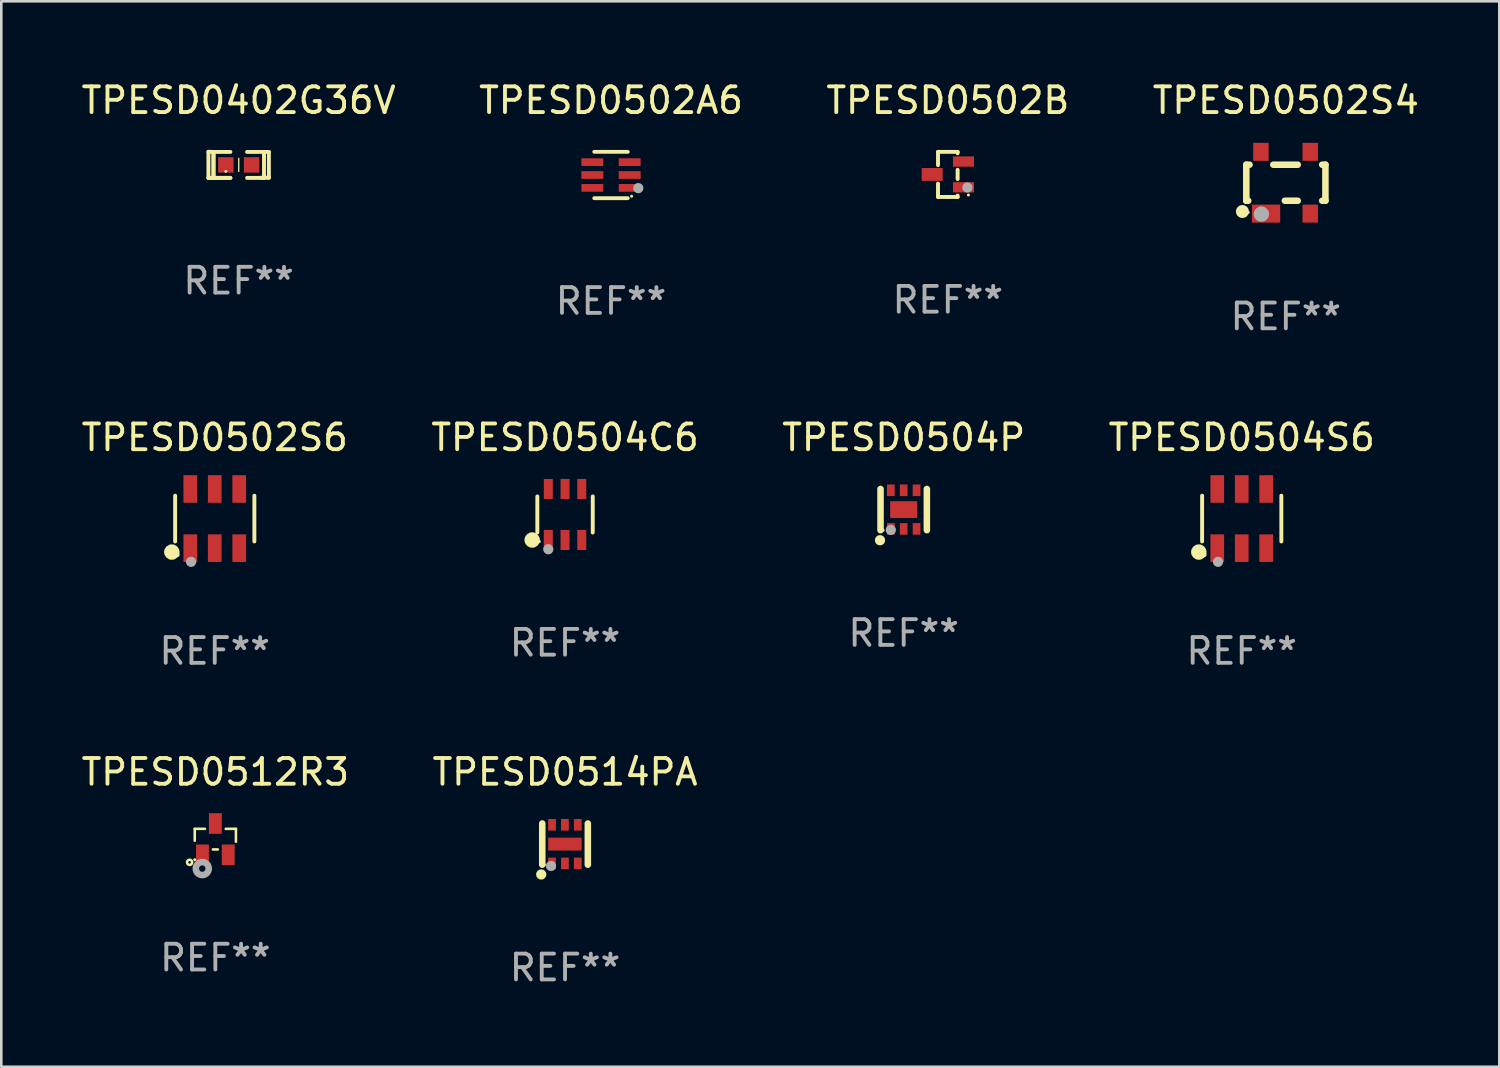
<source format=kicad_pcb>
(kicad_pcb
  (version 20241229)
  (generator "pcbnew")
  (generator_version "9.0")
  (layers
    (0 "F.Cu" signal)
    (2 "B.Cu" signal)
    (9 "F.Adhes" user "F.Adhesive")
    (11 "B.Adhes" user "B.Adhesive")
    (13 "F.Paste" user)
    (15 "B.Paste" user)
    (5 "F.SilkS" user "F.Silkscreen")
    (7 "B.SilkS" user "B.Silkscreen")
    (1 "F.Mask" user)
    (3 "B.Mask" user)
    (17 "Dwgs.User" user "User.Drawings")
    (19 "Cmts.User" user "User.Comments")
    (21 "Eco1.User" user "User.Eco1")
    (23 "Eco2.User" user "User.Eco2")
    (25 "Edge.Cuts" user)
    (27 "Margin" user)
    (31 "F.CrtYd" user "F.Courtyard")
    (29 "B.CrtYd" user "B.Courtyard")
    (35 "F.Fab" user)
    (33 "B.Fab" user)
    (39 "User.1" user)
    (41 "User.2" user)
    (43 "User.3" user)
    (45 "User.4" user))
  (footprint "TPESD0504S6"
    (layer "F.Cu")
    (at 45.185 17.094)
    (property "Reference" "TPESD0504S6" (at 0 -3.149 0) (layer "F.SilkS") (effects (font (size 1 1) (thickness 0.15))))
    (attr through_hole)
    (fp_line (start -1.539 0.889) (end -1.539 -0.889) (stroke (width 0.152) (type solid)) (layer "F.SilkS"))
    (fp_line (start 1.539 0.889) (end 1.539 -0.889) (stroke (width 0.152) (type solid)) (layer "F.SilkS"))
    (fp_circle (center -1.668 1.301) (end -1.518 1.301) (stroke (width 0.3) (type solid)) (fill no) (layer "F.SilkS"))
    (fp_circle (center -1.463 1.4) (end -1.413 1.4) (stroke (width 0.1) (type solid)) (fill no) (layer "F.SilkS"))
    (fp_circle (center -0.92 1.68) (end -0.82 1.68) (stroke (width 0.2) (type solid)) (fill no) (layer "F.Fab"))
    (fp_text user "REF**" (at 0 5.149 0) (layer "F.Fab") (effects (font (size 1 1) (thickness 0.15))))
    (pad "1" smd rect (at -0.95 1.149) (size 0.532 1.072) (layers "F.Cu" "F.Mask" "F.Paste"))
    (pad "2" smd rect (at 0 1.149) (size 0.532 1.072) (layers "F.Cu" "F.Mask" "F.Paste"))
    (pad "3" smd rect (at 0.95 1.149) (size 0.532 1.072) (layers "F.Cu" "F.Mask" "F.Paste"))
    (pad "4" smd rect (at 0.95 -1.149) (size 0.532 1.072) (layers "F.Cu" "F.Mask" "F.Paste"))
    (pad "5" smd rect (at 0 -1.149) (size 0.532 1.072) (layers "F.Cu" "F.Mask" "F.Paste"))
    (pad "6" smd rect (at -0.95 -1.149) (size 0.532 1.072) (layers "F.Cu" "F.Mask" "F.Paste")))
  (footprint "TPESD0502B"
    (layer "F.Cu")
    (at 33.768 3.725)
    (property "Reference" "TPESD0502B" (at 0 -2.876 0) (layer "F.SilkS") (effects (font (size 1 1) (thickness 0.15))))
    (attr through_hole)
    (fp_line (start -0.381 -0.876) (end -0.381 -0.36) (stroke (width 0.152) (type solid)) (layer "F.SilkS"))
    (fp_line (start -0.381 0.36) (end -0.381 0.876) (stroke (width 0.152) (type solid)) (layer "F.SilkS"))
    (fp_line (start -0.381 0.876) (end 0.028 0.876) (stroke (width 0.152) (type solid)) (layer "F.SilkS"))
    (fp_line (start 0.028 0.876) (end 0.381 0.876) (stroke (width 0.152) (type solid)) (layer "F.SilkS"))
    (fp_line (start 0.381 -0.876) (end -0.381 -0.876) (stroke (width 0.152) (type solid)) (layer "F.SilkS"))
    (fp_line (start 0.381 -0.876) (end 0.381 -0.82) (stroke (width 0.152) (type solid)) (layer "F.SilkS"))
    (fp_line (start 0.381 -0.18) (end 0.381 0.18) (stroke (width 0.152) (type solid)) (layer "F.SilkS"))
    (fp_line (start 0.381 0.82) (end 0.381 0.876) (stroke (width 0.152) (type solid)) (layer "F.SilkS"))
    (fp_circle (center 0.8 0.8) (end 0.83 0.8) (stroke (width 0.06) (type solid)) (fill no) (layer "F.SilkS"))
    (fp_circle (center 0.762 0.508) (end 0.862 0.508) (stroke (width 0.2) (type solid)) (fill no) (layer "F.Fab"))
    (fp_text user "REF**" (at 0 4.876 0) (layer "F.Fab") (effects (font (size 1 1) (thickness 0.15))))
    (pad "1" smd rect (at 0.608 0.5) (size 0.816 0.4) (layers "F.Cu" "F.Mask" "F.Paste"))
    (pad "2" smd rect (at 0.608 -0.5) (size 0.816 0.4) (layers "F.Cu" "F.Mask" "F.Paste"))
    (pad "3" smd rect (at -0.608 0) (size 0.816 0.5) (layers "F.Cu" "F.Mask" "F.Paste")))
  (footprint "TPESD0502S6"
    (layer "F.Cu")
    (at 5.292 17.094)
    (property "Reference" "TPESD0502S6" (at 0 -3.149 0) (layer "F.SilkS") (effects (font (size 1 1) (thickness 0.15))))
    (attr through_hole)
    (fp_line (start -1.539 0.889) (end -1.539 -0.889) (stroke (width 0.152) (type solid)) (layer "F.SilkS"))
    (fp_line (start 1.539 0.889) (end 1.539 -0.889) (stroke (width 0.152) (type solid)) (layer "F.SilkS"))
    (fp_circle (center -1.668 1.301) (end -1.518 1.301) (stroke (width 0.3) (type solid)) (fill no) (layer "F.SilkS"))
    (fp_circle (center -1.463 1.4) (end -1.413 1.4) (stroke (width 0.1) (type solid)) (fill no) (layer "F.SilkS"))
    (fp_circle (center -0.92 1.68) (end -0.82 1.68) (stroke (width 0.2) (type solid)) (fill no) (layer "F.Fab"))
    (fp_text user "REF**" (at 0 5.149 0) (layer "F.Fab") (effects (font (size 1 1) (thickness 0.15))))
    (pad "1" smd rect (at -0.95 1.149) (size 0.532 1.072) (layers "F.Cu" "F.Mask" "F.Paste"))
    (pad "2" smd rect (at 0 1.149) (size 0.532 1.072) (layers "F.Cu" "F.Mask" "F.Paste"))
    (pad "3" smd rect (at 0.95 1.149) (size 0.532 1.072) (layers "F.Cu" "F.Mask" "F.Paste"))
    (pad "4" smd rect (at 0.95 -1.149) (size 0.532 1.072) (layers "F.Cu" "F.Mask" "F.Paste"))
    (pad "5" smd rect (at 0 -1.149) (size 0.532 1.072) (layers "F.Cu" "F.Mask" "F.Paste"))
    (pad "6" smd rect (at -0.95 -1.149) (size 0.532 1.072) (layers "F.Cu" "F.Mask" "F.Paste")))
  (footprint "TPESD0502A6"
    (layer "F.Cu")
    (at 20.685 3.748)
    (property "Reference" "TPESD0502A6" (at 0 -2.9 0) (layer "F.SilkS") (effects (font (size 1 1) (thickness 0.15))))
    (attr through_hole)
    (fp_line (start 0.65 -0.9) (end -0.65 -0.9) (stroke (width 0.15) (type solid)) (layer "F.SilkS"))
    (fp_line (start 0.65 0.9) (end -0.65 0.9) (stroke (width 0.15) (type solid)) (layer "F.SilkS"))
    (fp_circle (center 0.8 0.825) (end 0.83 0.825) (stroke (width 0.06) (type solid)) (fill no) (layer "F.SilkS"))
    (fp_circle (center 1.06 0.51) (end 1.16 0.51) (stroke (width 0.2) (type solid)) (fill no) (layer "F.Fab"))
    (fp_text user "REF**" (at 0 4.9 0) (layer "F.Fab") (effects (font (size 1 1) (thickness 0.15))))
    (pad "1" smd rect (at 0.725 0.5 90) (size 0.3 0.85) (layers "F.Cu" "F.Mask" "F.Paste"))
    (pad "2" smd rect (at 0.725 0.000102 90) (size 0.3 0.85) (layers "F.Cu" "F.Mask" "F.Paste"))
    (pad "3" smd rect (at 0.725 -0.5 90) (size 0.3 0.85) (layers "F.Cu" "F.Mask" "F.Paste"))
    (pad "4" smd rect (at -0.725 -0.5 90) (size 0.3 0.85) (layers "F.Cu" "F.Mask" "F.Paste"))
    (pad "5" smd rect (at -0.725 0.000102 90) (size 0.3 0.85) (layers "F.Cu" "F.Mask" "F.Paste"))
    (pad "6" smd rect (at -0.725 0.5 90) (size 0.3 0.85) (layers "F.Cu" "F.Mask" "F.Paste")))
  (footprint "TPESD0402G36V"
    (layer "F.Cu")
    (at 6.22 3.354)
    (property "Reference" "TPESD0402G36V" (at 0 -2.506 0) (layer "F.SilkS") (effects (font (size 1 1) (thickness 0.15))))
    (attr through_hole)
    (fp_line (start -1.174 -0.506) (end -0.977 -0.502) (stroke (width 0.152) (type solid)) (layer "F.SilkS"))
    (fp_line (start -1.174 0.506) (end -1.174 -0.506) (stroke (width 0.152) (type solid)) (layer "F.SilkS"))
    (fp_line (start -0.977 -0.502) (end -0.977 0.506) (stroke (width 0.152) (type solid)) (layer "F.SilkS"))
    (fp_line (start -0.977 -0.502) (end -0.977 0.506) (stroke (width 0.152) (type solid)) (layer "F.SilkS"))
    (fp_line (start -0.977 0.506) (end -1.166 0.506) (stroke (width 0.152) (type solid)) (layer "F.SilkS"))
    (fp_line (start -0.977 0.506) (end -0.32 0.506) (stroke (width 0.152) (type solid)) (layer "F.SilkS"))
    (fp_line (start -0.977 0.506) (end -0.32 0.506) (stroke (width 0.152) (type solid)) (layer "F.SilkS"))
    (fp_line (start -0.971 0.506) (end -1.174 0.506) (stroke (width 0.152) (type solid)) (layer "F.SilkS"))
    (fp_line (start -0.32 -0.502) (end -0.977 -0.502) (stroke (width 0.152) (type solid)) (layer "F.SilkS"))
    (fp_line (start 0.004 -0.252) (end 0.004 0.256) (stroke (width 0.051) (type solid)) (layer "F.SilkS"))
    (fp_line (start 0.328 0.506) (end 0.985 0.506) (stroke (width 0.152) (type solid)) (layer "F.SilkS"))
    (fp_line (start 0.985 -0.502) (end 0.328 -0.502) (stroke (width 0.152) (type solid)) (layer "F.SilkS"))
    (fp_line (start 0.985 -0.502) (end 1.174 -0.502) (stroke (width 0.152) (type solid)) (layer "F.SilkS"))
    (fp_line (start 0.985 0.506) (end 0.985 -0.502) (stroke (width 0.152) (type solid)) (layer "F.SilkS"))
    (fp_line (start 1.174 -0.502) (end 1.174 0.502) (stroke (width 0.152) (type solid)) (layer "F.SilkS"))
    (fp_line (start 1.174 0.502) (end 0.851 0.502) (stroke (width 0.152) (type solid)) (layer "F.SilkS"))
    (fp_circle (center -0.497 0.253) (end -0.467 0.253) (stroke (width 0.06) (type solid)) (fill no) (layer "F.SilkS"))
    (fp_text user "REF**" (at 0 4.506 0) (layer "F.Fab") (effects (font (size 1 1) (thickness 0.15))))
    (pad "1" smd rect (at -0.496 0.002) (size 0.6 0.6) (layers "F.Cu" "F.Mask" "F.Paste"))
    (pad "2" smd rect (at 0.504 0.002) (size 0.6 0.6) (layers "F.Cu" "F.Mask" "F.Paste")))
  (footprint "TPESD0504P"
    (layer "F.Cu")
    (at 32.054 16.745)
    (property "Reference" "TPESD0504P" (at 0 -2.8 0) (layer "F.SilkS") (effects (font (size 1 1) (thickness 0.15))))
    (attr through_hole)
    (fp_line (start -0.9 0.8) (end -0.9 -0.8) (stroke (width 0.254) (type solid)) (layer "F.SilkS"))
    (fp_line (start 0.9 0.8) (end 0.9 -0.8) (stroke (width 0.254) (type solid)) (layer "F.SilkS"))
    (fp_circle (center -0.92 1.19) (end -0.82 1.19) (stroke (width 0.2) (type solid)) (fill no) (layer "F.SilkS"))
    (fp_circle (center -0.8 0.8) (end -0.77 0.8) (stroke (width 0.06) (type solid)) (fill no) (layer "F.SilkS"))
    (fp_circle (center -0.5 0.79) (end -0.4 0.79) (stroke (width 0.2) (type solid)) (fill no) (layer "F.Fab"))
    (fp_text user "REF**" (at 0 4.8 0) (layer "F.Fab") (effects (font (size 1 1) (thickness 0.15))))
    (pad "1" smd rect (at -0.5 0.75 90) (size 0.45 0.3) (layers "F.Cu" "F.Mask" "F.Paste"))
    (pad "2" smd rect (at -0.000013 0.75 90) (size 0.45 0.3) (layers "F.Cu" "F.Mask" "F.Paste"))
    (pad "3" smd rect (at 0.5 0.75 90) (size 0.45 0.3) (layers "F.Cu" "F.Mask" "F.Paste"))
    (pad "4" smd rect (at 0.5 -0.75 90) (size 0.45 0.3) (layers "F.Cu" "F.Mask" "F.Paste"))
    (pad "5" smd rect (at -0.000013 -0.75 90) (size 0.45 0.3) (layers "F.Cu" "F.Mask" "F.Paste"))
    (pad "6" smd rect (at -0.5 -0.75 90) (size 0.45 0.3) (layers "F.Cu" "F.Mask" "F.Paste"))
    (pad "7" smd rect (at -0.000013 -0.000013 180) (size 1.05 0.65) (layers "F.Cu" "F.Mask" "F.Paste")))
  (footprint "TPESD0514PA"
    (layer "F.Cu")
    (at 18.899 29.739)
    (property "Reference" "TPESD0514PA" (at 0 -2.8 0) (layer "F.SilkS") (effects (font (size 1 1) (thickness 0.15))))
    (attr through_hole)
    (fp_line (start -0.885 0.8) (end -0.885 -0.8) (stroke (width 0.254) (type solid)) (layer "F.SilkS"))
    (fp_line (start 0.885 0.8) (end 0.885 -0.8) (stroke (width 0.254) (type solid)) (layer "F.SilkS"))
    (fp_circle (center -0.925 1.18) (end -0.825 1.18) (stroke (width 0.2) (type solid)) (fill no) (layer "F.SilkS"))
    (fp_circle (center -0.805 0.8) (end -0.775 0.8) (stroke (width 0.06) (type solid)) (fill no) (layer "F.SilkS"))
    (fp_circle (center -0.545 0.85) (end -0.445 0.85) (stroke (width 0.2) (type solid)) (fill no) (layer "F.Fab"))
    (fp_text user "REF**" (at 0 4.8 0) (layer "F.Fab") (effects (font (size 1 1) (thickness 0.15))))
    (pad "1" smd rect (at -0.505 0.75 90) (size 0.45 0.3) (layers "F.Cu" "F.Mask" "F.Paste"))
    (pad "2" smd rect (at -0.005 0.75 90) (size 0.45 0.3) (layers "F.Cu" "F.Mask" "F.Paste"))
    (pad "3" smd rect (at 0.495 0.75 90) (size 0.45 0.3) (layers "F.Cu" "F.Mask" "F.Paste"))
    (pad "4" smd rect (at 0.495 -0.75 90) (size 0.45 0.3) (layers "F.Cu" "F.Mask" "F.Paste"))
    (pad "5" smd rect (at -0.005 -0.75 90) (size 0.45 0.3) (layers "F.Cu" "F.Mask" "F.Paste"))
    (pad "6" smd rect (at -0.505 -0.75 90) (size 0.45 0.3) (layers "F.Cu" "F.Mask" "F.Paste"))
    (pad "7" smd rect (at -0.005 -0.000114 180) (size 1.3 0.5) (layers "F.Cu" "F.Mask" "F.Paste")))
  (footprint "TPESD0512R3"
    (layer "F.Cu")
    (at 5.315 29.547)
    (property "Reference" "TPESD0512R3" (at 0 -2.608 0) (layer "F.SilkS") (effects (font (size 1 1) (thickness 0.15))))
    (attr through_hole)
    (fp_line (start -0.8 -0.4) (end -0.404 -0.4) (stroke (width 0.1) (type solid)) (layer "F.SilkS"))
    (fp_line (start -0.8 0.062) (end -0.8 -0.4) (stroke (width 0.1) (type solid)) (layer "F.SilkS"))
    (fp_line (start 0.096 0.4) (end -0.096 0.4) (stroke (width 0.1) (type solid)) (layer "F.SilkS"))
    (fp_line (start 0.404 -0.4) (end 0.8 -0.4) (stroke (width 0.1) (type solid)) (layer "F.SilkS"))
    (fp_line (start 0.8 -0.4) (end 0.8 0.1) (stroke (width 0.1) (type solid)) (layer "F.SilkS"))
    (fp_circle (center -1 0.9) (end -0.9 0.9) (stroke (width 0.1) (type solid)) (fill no) (layer "F.SilkS"))
    (fp_circle (center -0.8 0.8) (end -0.77 0.8) (stroke (width 0.06) (type solid)) (fill no) (layer "F.SilkS"))
    (fp_circle (center -0.508 1.143) (end -0.383 1.143) (stroke (width 0.254) (type solid)) (fill no) (layer "F.Fab"))
    (fp_text user "REF**" (at 0 4.608 0) (layer "F.Fab") (effects (font (size 1 1) (thickness 0.15))))
    (pad "1" smd rect (at -0.5 0.608) (size 0.5 0.8) (layers "F.Cu" "F.Mask" "F.Paste"))
    (pad "2" smd rect (at 0.5 0.608) (size 0.5 0.8) (layers "F.Cu" "F.Mask" "F.Paste"))
    (pad "3" smd rect (at -0.000127 -0.608) (size 0.5 0.8) (layers "F.Cu" "F.Mask" "F.Paste")))
  (footprint "TPESD0502S4"
    (layer "F.Cu")
    (at 46.899 4.048)
    (property "Reference" "TPESD0502S4" (at 0 -3.2 0) (layer "F.SilkS") (effects (font (size 1 1) (thickness 0.15))))
    (attr through_hole)
    (fp_line (start -1.537 -0.7) (end -1.412 -0.7) (stroke (width 0.254) (type solid)) (layer "F.SilkS"))
    (fp_line (start -1.537 0.7) (end -1.537 -0.7) (stroke (width 0.254) (type solid)) (layer "F.SilkS"))
    (fp_line (start -1.537 0.7) (end -1.462 0.7) (stroke (width 0.254) (type solid)) (layer "F.SilkS"))
    (fp_line (start -0.488 -0.7) (end 0.462 -0.7) (stroke (width 0.254) (type solid)) (layer "F.SilkS"))
    (fp_line (start -0.038 0.7) (end 0.462 0.7) (stroke (width 0.254) (type solid)) (layer "F.SilkS"))
    (fp_line (start 1.412 -0.7) (end 1.537 -0.7) (stroke (width 0.254) (type solid)) (layer "F.SilkS"))
    (fp_line (start 1.412 0.7) (end 1.537 0.7) (stroke (width 0.254) (type solid)) (layer "F.SilkS"))
    (fp_line (start 1.537 0.7) (end 1.537 -0.7) (stroke (width 0.254) (type solid)) (layer "F.SilkS"))
    (fp_circle (center -1.687 1.118) (end -1.56 1.118) (stroke (width 0.254) (type solid)) (fill no) (layer "F.SilkS"))
    (fp_circle (center -1.461 1.15) (end -1.431 1.15) (stroke (width 0.06) (type solid)) (fill no) (layer "F.SilkS"))
    (fp_circle (center -0.951 1.219) (end -0.801 1.219) (stroke (width 0.3) (type solid)) (fill no) (layer "F.Fab"))
    (fp_text user "REF**" (at 0 5.2 0) (layer "F.Fab") (effects (font (size 1 1) (thickness 0.15))))
    (pad "1" smd rect (at -0.769 1.2) (size 1.1 0.7) (layers "F.Cu" "F.Mask" "F.Paste"))
    (pad "2" smd rect (at 0.947 1.2) (size 0.6 0.7) (layers "F.Cu" "F.Mask" "F.Paste"))
    (pad "3" smd rect (at 0.947 -1.2) (size 0.6 0.7) (layers "F.Cu" "F.Mask" "F.Paste"))
    (pad "4" smd rect (at -0.969 -1.2) (size 0.6 0.7) (layers "F.Cu" "F.Mask" "F.Paste")))
  (footprint "TPESD0504C6"
    (layer "F.Cu")
    (at 18.899 16.935)
    (property "Reference" "TPESD0504C6" (at 0 -2.99 0) (layer "F.SilkS") (effects (font (size 1 1) (thickness 0.15))))
    (attr through_hole)
    (fp_line (start -1.076 0.701) (end -1.076 -0.701) (stroke (width 0.152) (type solid)) (layer "F.SilkS"))
    (fp_line (start 1.076 0.701) (end 1.076 -0.701) (stroke (width 0.152) (type solid)) (layer "F.SilkS"))
    (fp_circle (center -1.277 0.992) (end -1.127 0.992) (stroke (width 0.3) (type solid)) (fill no) (layer "F.SilkS"))
    (fp_circle (center -1 1.05) (end -0.97 1.05) (stroke (width 0.06) (type solid)) (fill no) (layer "F.SilkS"))
    (fp_circle (center -0.65 1.35) (end -0.55 1.35) (stroke (width 0.2) (type solid)) (fill no) (layer "F.Fab"))
    (fp_text user "REF**" (at 0 4.99 0) (layer "F.Fab") (effects (font (size 1 1) (thickness 0.15))))
    (pad "1" smd rect (at -0.65 0.99) (size 0.35 0.78) (layers "F.Cu" "F.Mask" "F.Paste"))
    (pad "2" smd rect (at 0 0.99) (size 0.35 0.78) (layers "F.Cu" "F.Mask" "F.Paste"))
    (pad "3" smd rect (at 0.65 0.99) (size 0.35 0.78) (layers "F.Cu" "F.Mask" "F.Paste"))
    (pad "4" smd rect (at 0.65 -0.99) (size 0.35 0.78) (layers "F.Cu" "F.Mask" "F.Paste"))
    (pad "5" smd rect (at 0 -0.99) (size 0.35 0.78) (layers "F.Cu" "F.Mask" "F.Paste"))
    (pad "6" smd rect (at -0.65 -0.99) (size 0.35 0.78) (layers "F.Cu" "F.Mask" "F.Paste")))
  (gr_rect
    (start -3 -3)
    (end 55.19 38.388)
    (stroke (width 0.1) (type default))
    (fill no)
    (layer "Edge.Cuts")))
</source>
